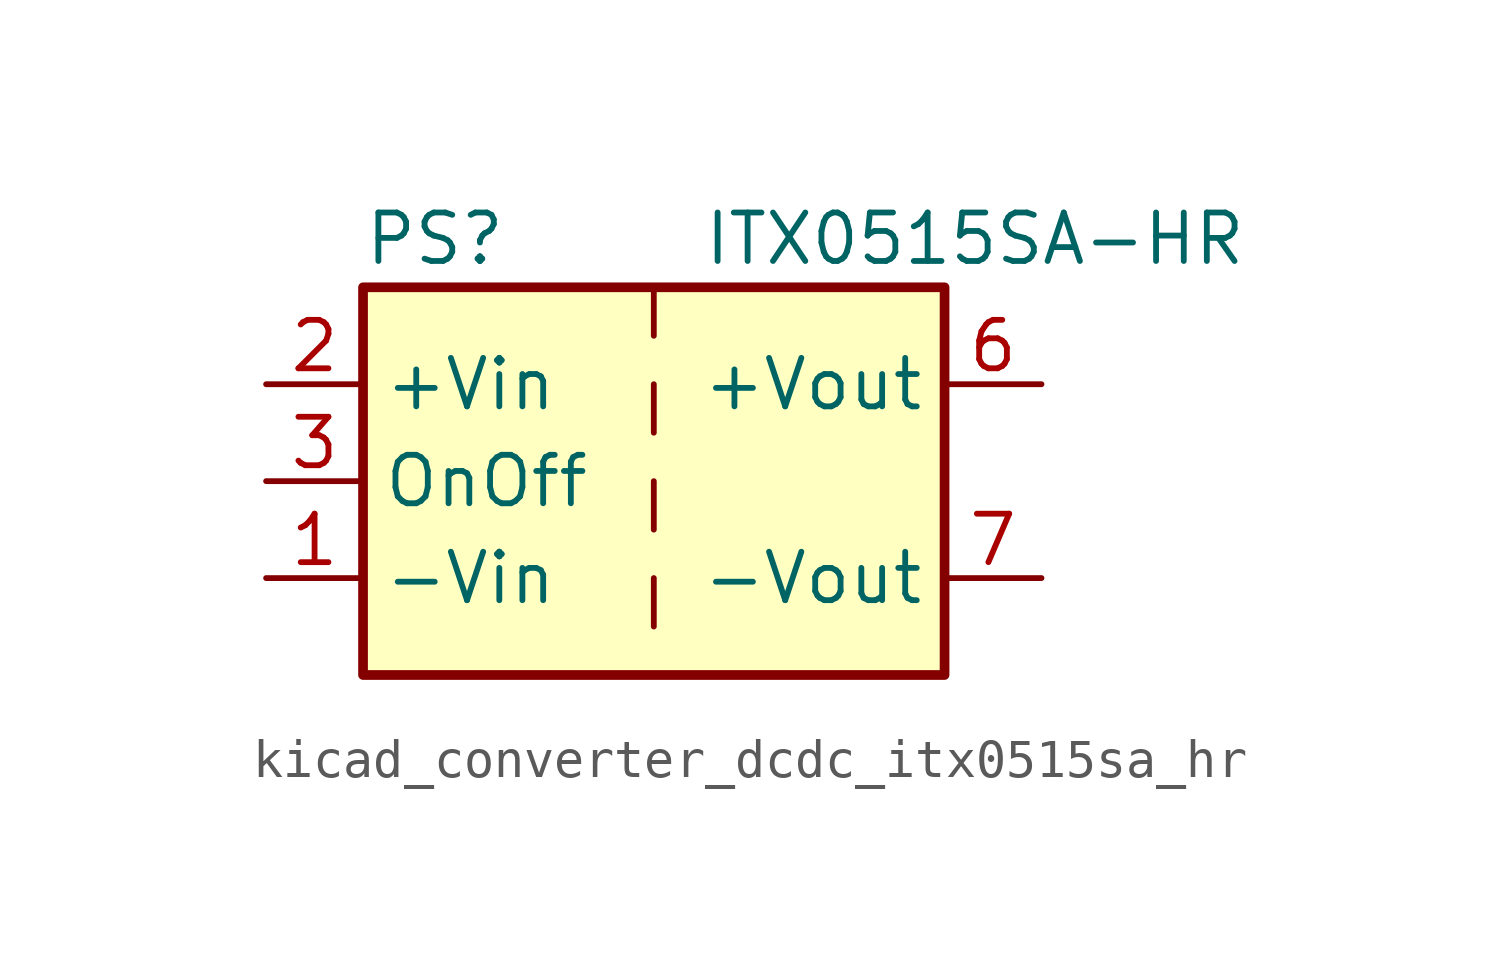
<source format=kicad_sym>
(kicad_symbol_lib
  (version 20220914)
  (generator kicad_symbol_editor)
  (symbol "kicad_converter_dcdc_itx0515sa_hr"
    (property "Reference" "PS"
      (at -7.62 6.35 0)
      (effects (font (size 1.27 1.27)) (justify left)))
    (property "Value" "ITX0515SA-HR"
      (at 1.27 6.35 0)
      (effects (font (size 1.27 1.27)) (justify left)))
    (symbol "kicad_converter_dcdc_itx0515sa_hr_0_0"
      (pin power_in line (at -10.16 -2.54 0) (length 2.54) (name "-Vin" (effects (font (size 1.27 1.27)))) (number "1" (effects (font (size 1.27 1.27)))))
      (pin power_in line (at -10.16 2.54 0) (length 2.54) (name "+Vin" (effects (font (size 1.27 1.27)))) (number "2" (effects (font (size 1.27 1.27)))))
      (pin input line (at -10.16 0 0) (length 2.54) (name "OnOff" (effects (font (size 1.27 1.27)))) (number "3" (effects (font (size 1.27 1.27)))))
      (pin no_connect line (at 0 5.08 270) (length 2.54) hide (name "NC" (effects (font (size 1.27 1.27)))) (number "5" (effects (font (size 1.27 1.27)))))
      (pin power_out line (at 10.16 2.54 180) (length 2.54) (name "+Vout" (effects (font (size 1.27 1.27)))) (number "6" (effects (font (size 1.27 1.27)))))
      (pin power_out line (at 10.16 -2.54 180) (length 2.54) (name "-Vout" (effects (font (size 1.27 1.27)))) (number "7" (effects (font (size 1.27 1.27)))))
      (pin no_connect line (at 7.62 0 180) (length 2.54) hide (name "NC" (effects (font (size 1.27 1.27)))) (number "8" (effects (font (size 1.27 1.27))))))
    (symbol "kicad_converter_dcdc_itx0515sa_hr_0_1"
      (rectangle (start -7.62 5.08) (end 7.62 -5.08) (stroke (width 0.254) (type default)) (fill (type background)))
      (polyline (pts (xy 0 -2.54) (xy 0 -3.81)) (stroke (width 0) (type default)) (fill (type none)))
      (polyline (pts (xy 0 0) (xy 0 -1.27)) (stroke (width 0) (type default)) (fill (type none)))
      (polyline (pts (xy 0 2.54) (xy 0 1.27)) (stroke (width 0) (type default)) (fill (type none)))
      (polyline (pts (xy 0 5.08) (xy 0 3.81)) (stroke (width 0) (type default)) (fill (type none))))))
</source>
